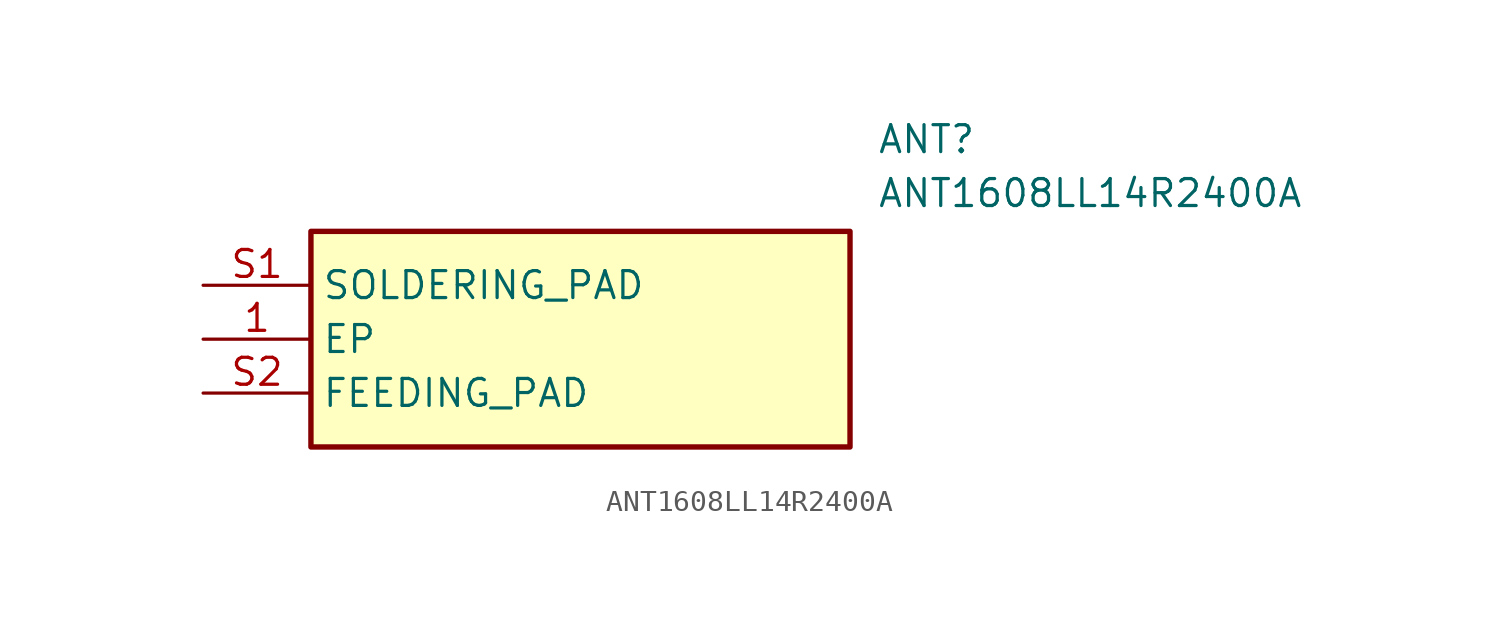
<source format=kicad_sym>
(kicad_symbol_lib
  (version 20211014)
  (generator SamacSys_ECAD_Model)
  (symbol "ANT1608LL14R2400A"
    (property "Reference" "ANT"
      (at 31.75 7.62 0)
      (effects (font (size 1.27 1.27)) (justify left top)))
    (property "Value" "ANT1608LL14R2400A"
      (at 31.75 5.08 0)
      (effects (font (size 1.27 1.27)) (justify left top)))
    (rectangle
      (start 5.08 2.54)
      (end 30.48 -7.62)
      (stroke (width 0.254) (type default))
      (fill (type background)))
    (pin passive line
      (at 0 -2.54 0)
      (length 5.08)
      (name "EP" (effects (font (size 1.27 1.27))))
      (number "1" (effects (font (size 1.27 1.27)))))
    (pin passive line
      (at 0 0 0)
      (length 5.08)
      (name "SOLDERING_PAD" (effects (font (size 1.27 1.27))))
      (number "S1" (effects (font (size 1.27 1.27)))))
    (pin passive line
      (at 0 -5.08 0)
      (length 5.08)
      (name "FEEDING_PAD" (effects (font (size 1.27 1.27))))
      (number "S2" (effects (font (size 1.27 1.27)))))))
</source>
